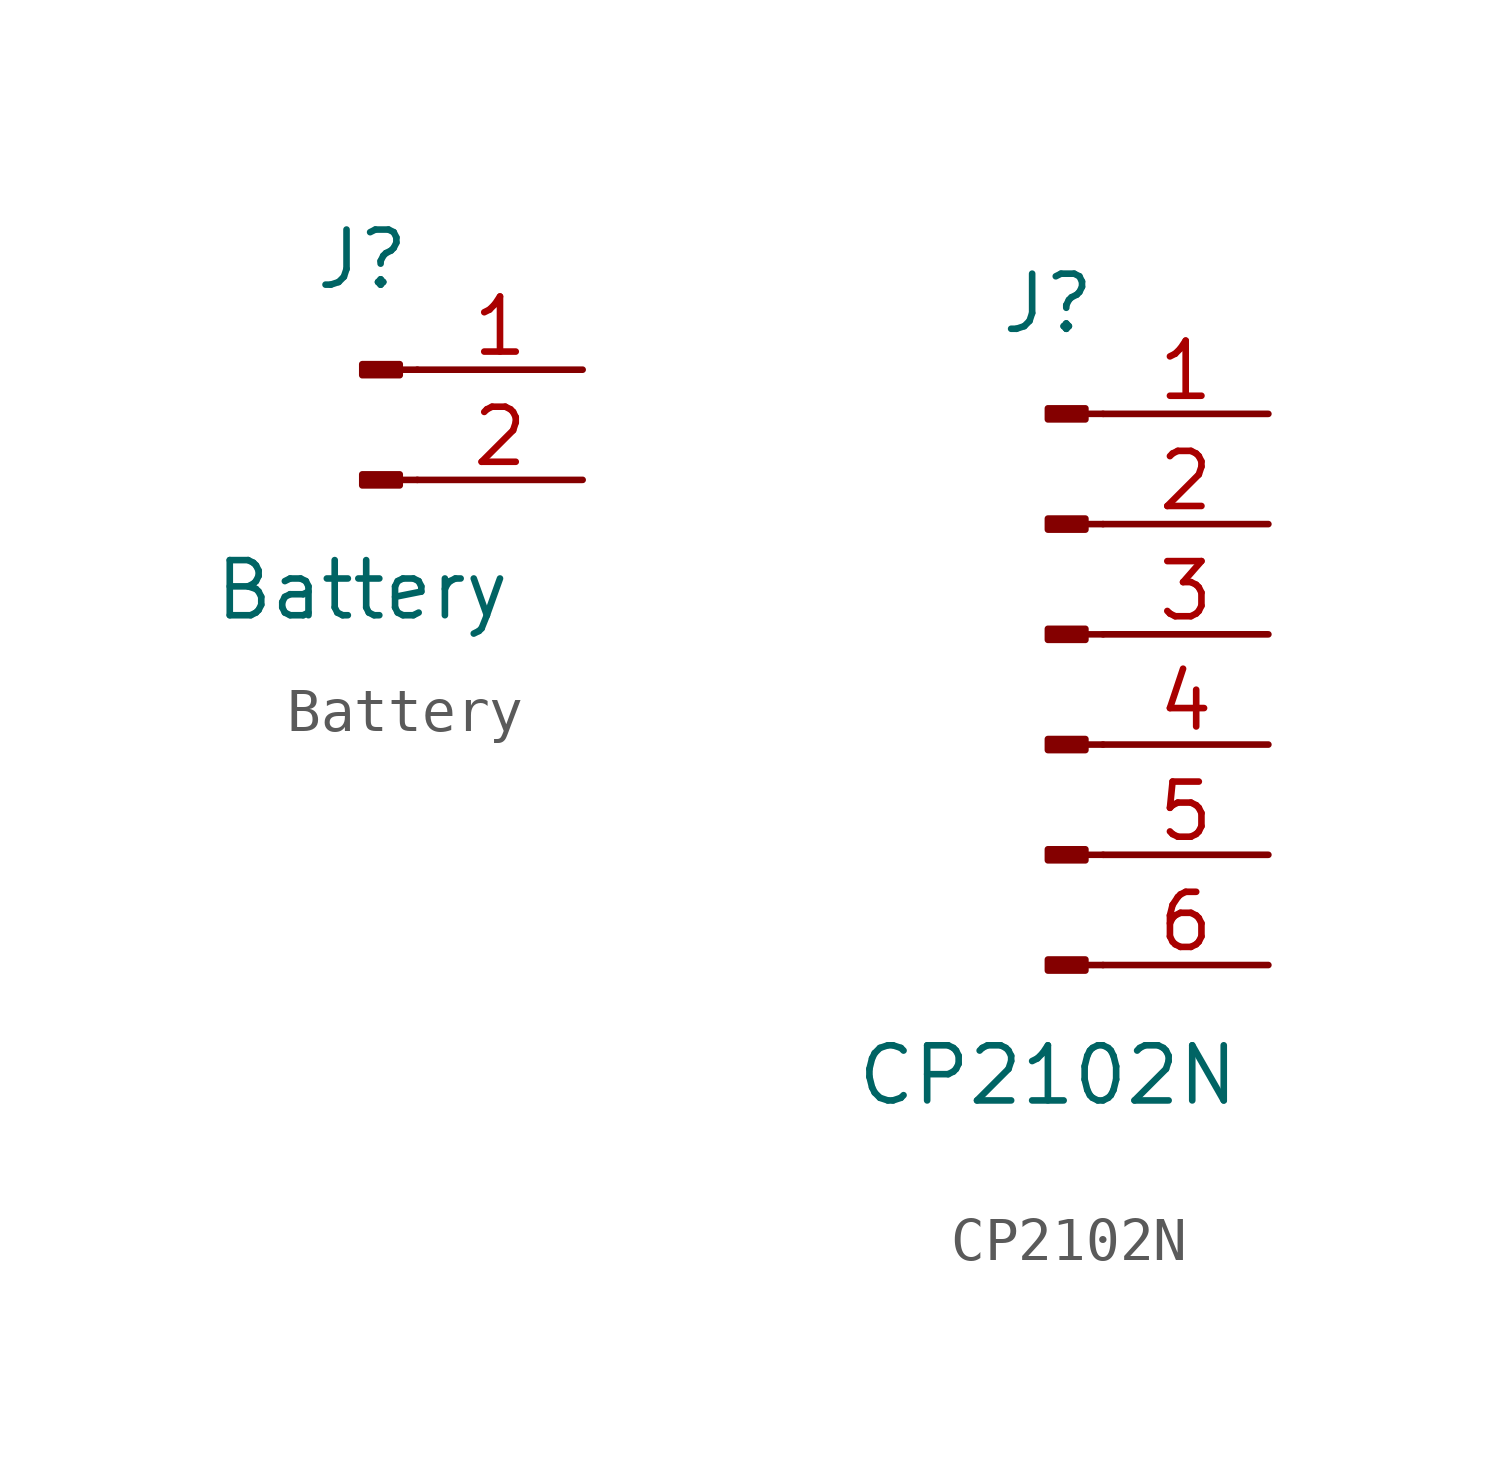
<source format=kicad_sym>
(kicad_symbol_lib
  (version 20220914)
  (generator kicad_symbol_editor)
  (symbol "Battery"
    (pin_names
      (offset 1.016) hide)
    (property "Reference" "J"
      (at 0 2.54 0)
      (effects (font (size 1.27 1.27))))
    (property "Value" "Battery"
      (at 0 -5.08 0)
      (effects (font (size 1.27 1.27))))
    (property "ki_locked" ""
      (at 0 0 0)
      (effects (font (size 1.27 1.27))))
    (symbol "Battery_1_1"
      (polyline (pts (xy 1.27 -2.54) (xy 0.864 -2.54)) (stroke (width 0.152) (type default)) (fill (type none)))
      (polyline (pts (xy 1.27 0) (xy 0.864 0)) (stroke (width 0.152) (type default)) (fill (type none)))
      (rectangle (start 0.864 -2.413) (end 0 -2.667) (stroke (width 0.152) (type default)) (fill (type outline)))
      (rectangle (start 0.864 0.127) (end 0 -0.127) (stroke (width 0.152) (type default)) (fill (type outline)))
      (pin passive line (at 5.08 0 180) (length 3.81) (name "Pin_1" (effects (font (size 1.27 1.27)))) (number "1" (effects (font (size 1.27 1.27)))))
      (pin passive line (at 5.08 -2.54 180) (length 3.81) (name "Pin_2" (effects (font (size 1.27 1.27)))) (number "2" (effects (font (size 1.27 1.27)))))))
  (symbol "CP2102N"
    (pin_names
      (offset 1.016) hide)
    (property "Reference" "J"
      (at 0 7.62 0)
      (effects (font (size 1.27 1.27))))
    (property "Value" "CP2102N"
      (at 0 -10.16 0)
      (effects (font (size 1.27 1.27))))
    (property "ki_locked" ""
      (at 0 0 0)
      (effects (font (size 1.27 1.27))))
    (symbol "CP2102N_1_1"
      (polyline (pts (xy 1.27 -7.62) (xy 0.864 -7.62)) (stroke (width 0.152) (type default)) (fill (type none)))
      (polyline (pts (xy 1.27 -5.08) (xy 0.864 -5.08)) (stroke (width 0.152) (type default)) (fill (type none)))
      (polyline (pts (xy 1.27 -2.54) (xy 0.864 -2.54)) (stroke (width 0.152) (type default)) (fill (type none)))
      (polyline (pts (xy 1.27 0) (xy 0.864 0)) (stroke (width 0.152) (type default)) (fill (type none)))
      (polyline (pts (xy 1.27 2.54) (xy 0.864 2.54)) (stroke (width 0.152) (type default)) (fill (type none)))
      (polyline (pts (xy 1.27 5.08) (xy 0.864 5.08)) (stroke (width 0.152) (type default)) (fill (type none)))
      (rectangle (start 0.864 -7.493) (end 0 -7.747) (stroke (width 0.152) (type default)) (fill (type outline)))
      (rectangle (start 0.864 -4.953) (end 0 -5.207) (stroke (width 0.152) (type default)) (fill (type outline)))
      (rectangle (start 0.864 -2.413) (end 0 -2.667) (stroke (width 0.152) (type default)) (fill (type outline)))
      (rectangle (start 0.864 0.127) (end 0 -0.127) (stroke (width 0.152) (type default)) (fill (type outline)))
      (rectangle (start 0.864 2.667) (end 0 2.413) (stroke (width 0.152) (type default)) (fill (type outline)))
      (rectangle (start 0.864 5.207) (end 0 4.953) (stroke (width 0.152) (type default)) (fill (type outline)))
      (pin passive line (at 5.08 5.08 180) (length 3.81) (name "Pin_1" (effects (font (size 1.27 1.27)))) (number "1" (effects (font (size 1.27 1.27)))))
      (pin passive line (at 5.08 2.54 180) (length 3.81) (name "Pin_2" (effects (font (size 1.27 1.27)))) (number "2" (effects (font (size 1.27 1.27)))))
      (pin passive line (at 5.08 0 180) (length 3.81) (name "Pin_3" (effects (font (size 1.27 1.27)))) (number "3" (effects (font (size 1.27 1.27)))))
      (pin passive line (at 5.08 -2.54 180) (length 3.81) (name "Pin_4" (effects (font (size 1.27 1.27)))) (number "4" (effects (font (size 1.27 1.27)))))
      (pin passive line (at 5.08 -5.08 180) (length 3.81) (name "Pin_5" (effects (font (size 1.27 1.27)))) (number "5" (effects (font (size 1.27 1.27)))))
      (pin passive line (at 5.08 -7.62 180) (length 3.81) (name "Pin_6" (effects (font (size 1.27 1.27)))) (number "6" (effects (font (size 1.27 1.27))))))))
</source>
